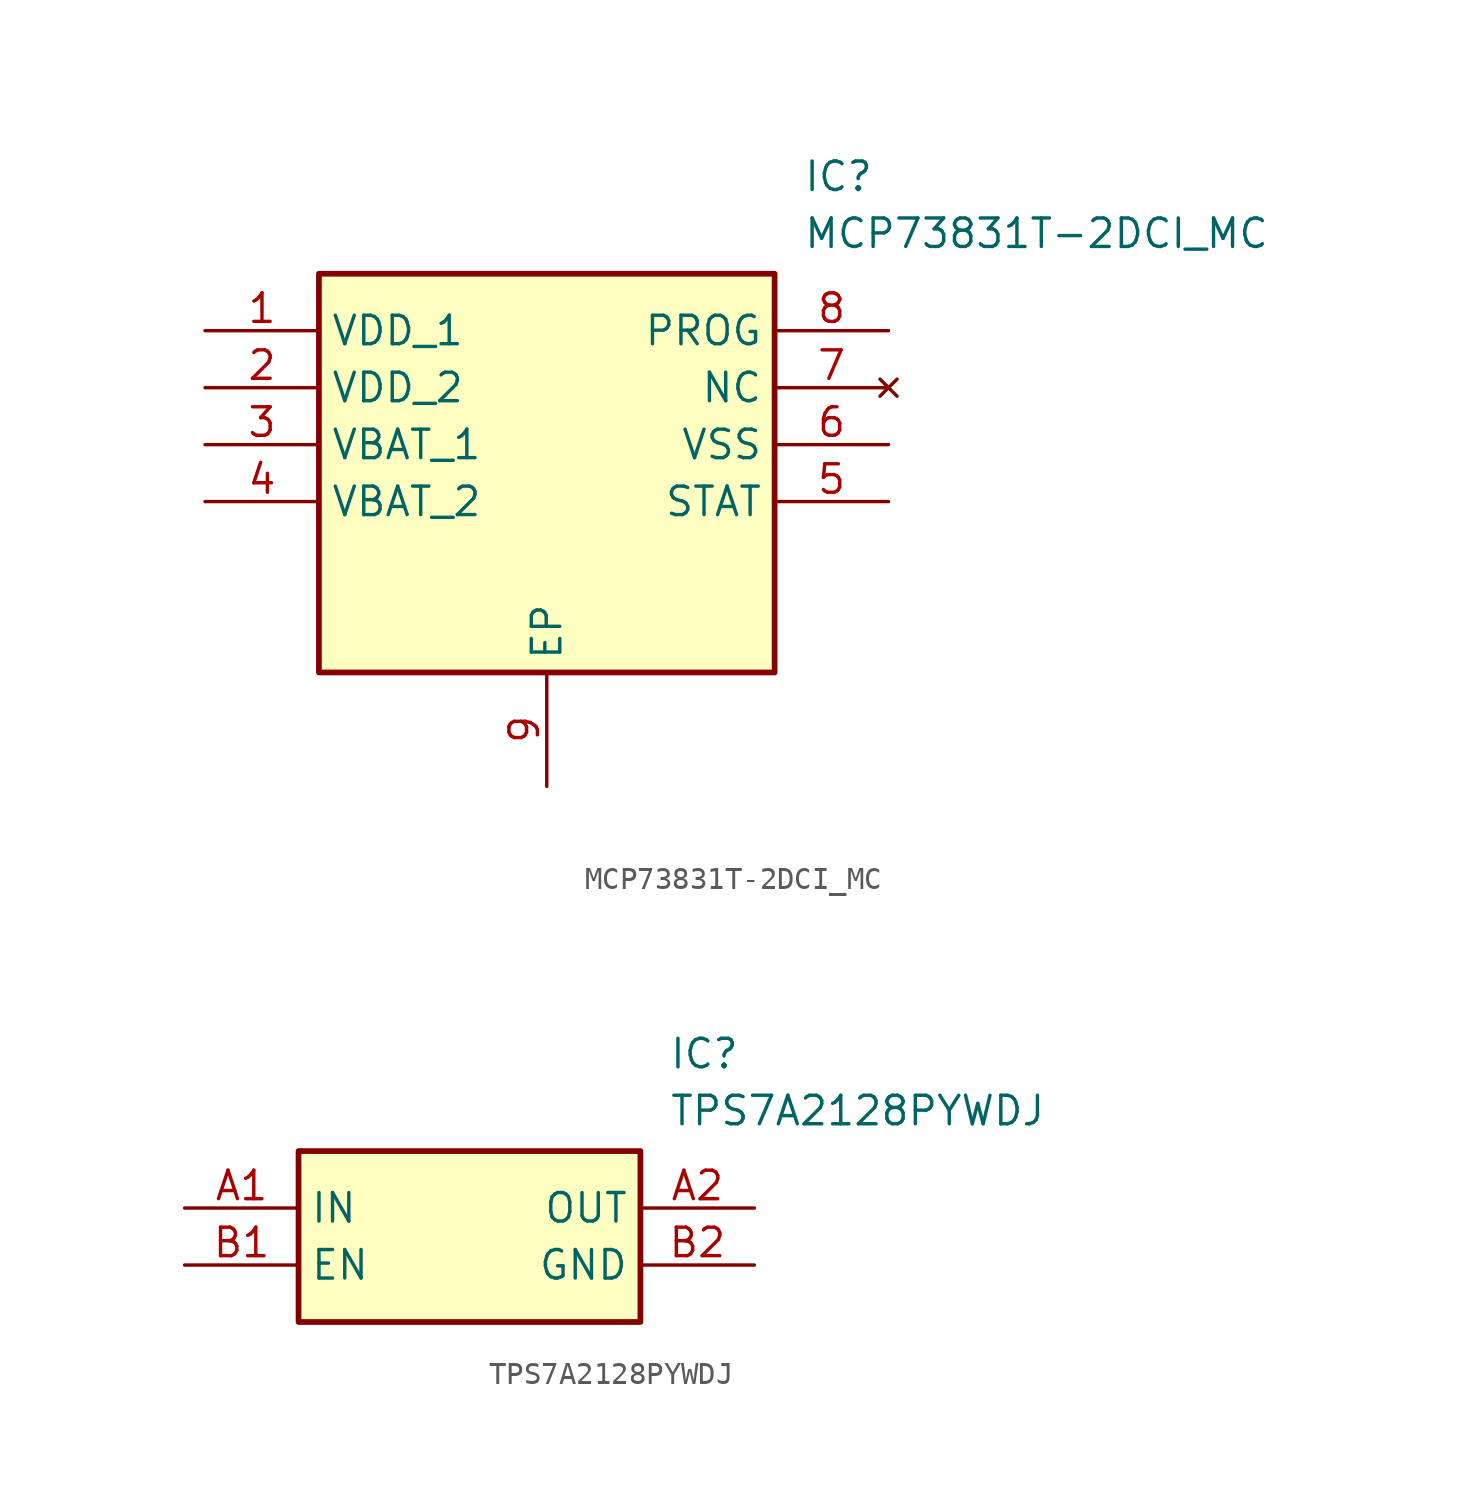
<source format=kicad_sym>
(kicad_symbol_lib
  (version 20231120)
  (generator "kicad_symbol_editor")
  (generator_version "8.0")
  (symbol "MCP73831T-2DCI_MC"
    (property "Reference" "IC"
      (at 26.67 7.62 0)
      (effects (font (size 1.27 1.27)) (justify left top)))
    (property "Value" "MCP73831T-2DCI_MC"
      (at 26.67 5.08 0)
      (effects (font (size 1.27 1.27)) (justify left top)))
    (symbol "MCP73831T-2DCI_MC_1_1"
      (rectangle (start 5.08 2.54) (end 25.4 -15.24) (stroke (width 0.254) (type default)) (fill (type background)))
      (pin passive line (at 0 0 0) (length 5.08) (name "VDD_1" (effects (font (size 1.27 1.27)))) (number "1" (effects (font (size 1.27 1.27)))))
      (pin passive line (at 0 -2.54 0) (length 5.08) (name "VDD_2" (effects (font (size 1.27 1.27)))) (number "2" (effects (font (size 1.27 1.27)))))
      (pin passive line (at 0 -5.08 0) (length 5.08) (name "VBAT_1" (effects (font (size 1.27 1.27)))) (number "3" (effects (font (size 1.27 1.27)))))
      (pin passive line (at 0 -7.62 0) (length 5.08) (name "VBAT_2" (effects (font (size 1.27 1.27)))) (number "4" (effects (font (size 1.27 1.27)))))
      (pin passive line (at 30.48 -7.62 180) (length 5.08) (name "STAT" (effects (font (size 1.27 1.27)))) (number "5" (effects (font (size 1.27 1.27)))))
      (pin passive line (at 30.48 -5.08 180) (length 5.08) (name "VSS" (effects (font (size 1.27 1.27)))) (number "6" (effects (font (size 1.27 1.27)))))
      (pin no_connect line (at 30.48 -2.54 180) (length 5.08) (name "NC" (effects (font (size 1.27 1.27)))) (number "7" (effects (font (size 1.27 1.27)))))
      (pin passive line (at 30.48 0 180) (length 5.08) (name "PROG" (effects (font (size 1.27 1.27)))) (number "8" (effects (font (size 1.27 1.27)))))
      (pin passive line (at 15.24 -20.32 90) (length 5.08) (name "EP" (effects (font (size 1.27 1.27)))) (number "9" (effects (font (size 1.27 1.27)))))))
  (symbol "TPS7A2128PYWDJ"
    (property "Reference" "IC"
      (at 21.59 7.62 0)
      (effects (font (size 1.27 1.27)) (justify left top)))
    (property "Value" "TPS7A2128PYWDJ"
      (at 21.59 5.08 0)
      (effects (font (size 1.27 1.27)) (justify left top)))
    (symbol "TPS7A2128PYWDJ_1_1"
      (rectangle (start 5.08 2.54) (end 20.32 -5.08) (stroke (width 0.254) (type default)) (fill (type background)))
      (pin passive line (at 0 0 0) (length 5.08) (name "IN" (effects (font (size 1.27 1.27)))) (number "A1" (effects (font (size 1.27 1.27)))))
      (pin passive line (at 25.4 0 180) (length 5.08) (name "OUT" (effects (font (size 1.27 1.27)))) (number "A2" (effects (font (size 1.27 1.27)))))
      (pin passive line (at 0 -2.54 0) (length 5.08) (name "EN" (effects (font (size 1.27 1.27)))) (number "B1" (effects (font (size 1.27 1.27)))))
      (pin passive line (at 25.4 -2.54 180) (length 5.08) (name "GND" (effects (font (size 1.27 1.27)))) (number "B2" (effects (font (size 1.27 1.27))))))))
</source>
